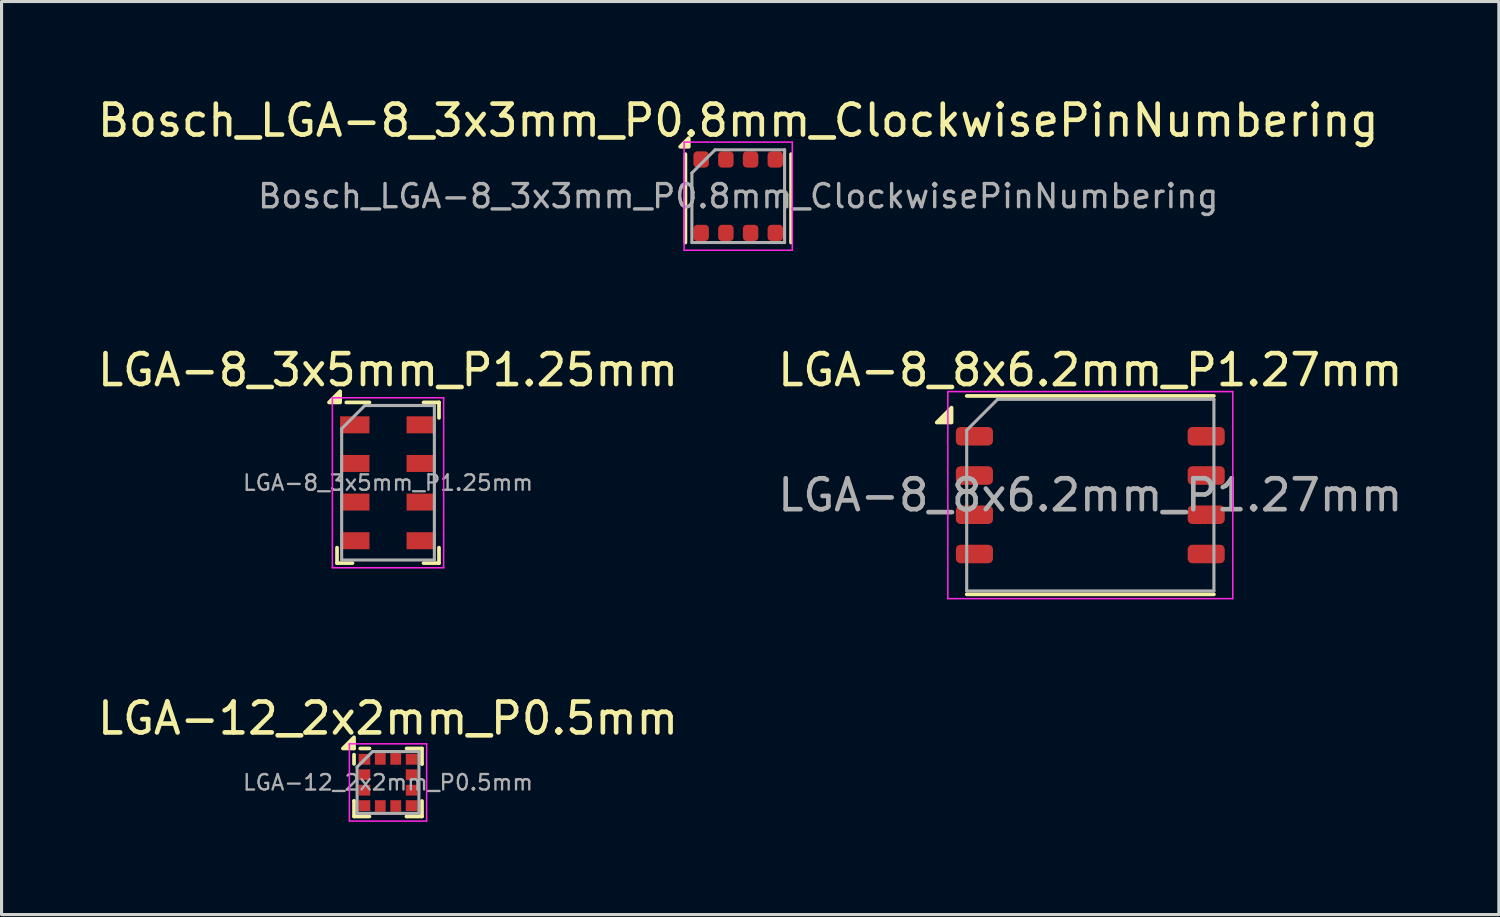
<source format=kicad_pcb>
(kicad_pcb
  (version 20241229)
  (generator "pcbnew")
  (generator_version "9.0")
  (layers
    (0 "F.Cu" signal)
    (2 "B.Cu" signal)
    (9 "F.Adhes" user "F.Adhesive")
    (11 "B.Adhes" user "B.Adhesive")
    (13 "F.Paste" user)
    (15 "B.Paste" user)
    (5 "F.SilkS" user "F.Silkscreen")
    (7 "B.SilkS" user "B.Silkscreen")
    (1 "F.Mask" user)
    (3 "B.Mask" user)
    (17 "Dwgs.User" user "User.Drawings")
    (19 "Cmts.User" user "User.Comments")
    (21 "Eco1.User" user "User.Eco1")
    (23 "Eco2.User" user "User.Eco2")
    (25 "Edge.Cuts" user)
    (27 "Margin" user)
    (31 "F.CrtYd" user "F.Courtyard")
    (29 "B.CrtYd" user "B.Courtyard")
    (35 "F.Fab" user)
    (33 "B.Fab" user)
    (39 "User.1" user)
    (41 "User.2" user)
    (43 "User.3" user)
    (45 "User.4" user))
  (footprint "LGA-8_8x6.2mm_P1.27mm"
    (layer "F.Cu")
    (at 32.232 12.972)
    (property "Reference" "LGA-8_8x6.2mm_P1.27mm" (at 0 -4.05 0) (layer "F.SilkS") (effects (font (size 1 1) (thickness 0.15))))
    (attr smd)
    (fp_line (start -4 -3.21) (end 4 -3.21) (stroke (width 0.12) (type solid)) (layer "F.SilkS"))
    (fp_line (start -4 3.21) (end 4 3.21) (stroke (width 0.12) (type solid)) (layer "F.SilkS"))
    (fp_poly (pts (xy -4.49 -2.35) (xy -4.97 -2.35) (xy -4.49 -2.83) (xy -4.49 -2.35)) (stroke (width 0.12) (type solid)) (fill yes) (layer "F.SilkS"))
    (fp_line (start -4.61 -3.35) (end -4.61 3.35) (stroke (width 0.05) (type solid)) (layer "F.CrtYd"))
    (fp_line (start -4.61 3.35) (end 4.61 3.35) (stroke (width 0.05) (type solid)) (layer "F.CrtYd"))
    (fp_line (start 4.61 -3.35) (end -4.61 -3.35) (stroke (width 0.05) (type solid)) (layer "F.CrtYd"))
    (fp_line (start 4.61 3.35) (end 4.61 -3.35) (stroke (width 0.05) (type solid)) (layer "F.CrtYd"))
    (fp_line (start -4 -2.1) (end -3 -3.1) (stroke (width 0.1) (type solid)) (layer "F.Fab"))
    (fp_line (start -4 3.1) (end -4 -2.1) (stroke (width 0.1) (type solid)) (layer "F.Fab"))
    (fp_line (start -3 -3.1) (end 4 -3.1) (stroke (width 0.1) (type solid)) (layer "F.Fab"))
    (fp_line (start 4 -3.1) (end 4 3.1) (stroke (width 0.1) (type solid)) (layer "F.Fab"))
    (fp_line (start 4 3.1) (end -4 3.1) (stroke (width 0.1) (type solid)) (layer "F.Fab"))
    (fp_text user "${REFERENCE}" (at 0 0 0) (layer "F.Fab") (effects (font (size 1 1) (thickness 0.15))))
    (pad "1" smd roundrect (at -3.75 -1.905) (size 1.2 0.6) (layers "F.Cu" "F.Mask" "F.Paste") (roundrect_rratio 0.25))
    (pad "2" smd roundrect (at -3.75 -0.635) (size 1.2 0.6) (layers "F.Cu" "F.Mask" "F.Paste") (roundrect_rratio 0.25))
    (pad "3" smd roundrect (at -3.75 0.635) (size 1.2 0.6) (layers "F.Cu" "F.Mask" "F.Paste") (roundrect_rratio 0.25))
    (pad "4" smd roundrect (at -3.75 1.905) (size 1.2 0.6) (layers "F.Cu" "F.Mask" "F.Paste") (roundrect_rratio 0.25))
    (pad "5" smd roundrect (at 3.75 1.905) (size 1.2 0.6) (layers "F.Cu" "F.Mask" "F.Paste") (roundrect_rratio 0.25))
    (pad "6" smd roundrect (at 3.75 0.635) (size 1.2 0.6) (layers "F.Cu" "F.Mask" "F.Paste") (roundrect_rratio 0.25))
    (pad "7" smd roundrect (at 3.75 -0.635) (size 1.2 0.6) (layers "F.Cu" "F.Mask" "F.Paste") (roundrect_rratio 0.25))
    (pad "8" smd roundrect (at 3.75 -1.905) (size 1.2 0.6) (layers "F.Cu" "F.Mask" "F.Paste") (roundrect_rratio 0.25)))
  (footprint "LGA-8_3x5mm_P1.25mm"
    (layer "F.Cu")
    (at 9.506 12.572)
    (property "Reference" "LGA-8_3x5mm_P1.25mm" (at 0 -3.65 0) (layer "F.SilkS") (effects (font (size 1 1) (thickness 0.15))))
    (attr smd)
    (fp_line (start -1.65 2.6) (end -1.65 2.1) (stroke (width 0.12) (type solid)) (layer "F.SilkS"))
    (fp_line (start -1.35 -2.6) (end -0.6 -2.6) (stroke (width 0.12) (type solid)) (layer "F.SilkS"))
    (fp_line (start -1.15 2.6) (end -1.65 2.6) (stroke (width 0.12) (type solid)) (layer "F.SilkS"))
    (fp_line (start 1.15 -2.6) (end 1.65 -2.6) (stroke (width 0.12) (type solid)) (layer "F.SilkS"))
    (fp_line (start 1.65 -2.6) (end 1.65 -2.1) (stroke (width 0.12) (type solid)) (layer "F.SilkS"))
    (fp_line (start 1.65 2.1) (end 1.65 2.6) (stroke (width 0.12) (type solid)) (layer "F.SilkS"))
    (fp_line (start 1.65 2.6) (end 1.15 2.6) (stroke (width 0.12) (type solid)) (layer "F.SilkS"))
    (fp_poly (pts (xy -1.55 -2.6) (xy -1.91 -2.6) (xy -1.55 -2.96) (xy -1.55 -2.6)) (stroke (width 0.12) (type solid)) (fill yes) (layer "F.SilkS"))
    (fp_line (start -1.8 -2.75) (end -1.8 2.75) (stroke (width 0.05) (type solid)) (layer "F.CrtYd"))
    (fp_line (start -1.8 -2.75) (end 1.8 -2.75) (stroke (width 0.05) (type solid)) (layer "F.CrtYd"))
    (fp_line (start 1.8 2.75) (end -1.8 2.75) (stroke (width 0.05) (type solid)) (layer "F.CrtYd"))
    (fp_line (start 1.8 2.75) (end 1.8 -2.75) (stroke (width 0.05) (type solid)) (layer "F.CrtYd"))
    (fp_line (start -1.5 -1.75) (end -0.75 -2.5) (stroke (width 0.1) (type solid)) (layer "F.Fab"))
    (fp_line (start -1.5 2.5) (end -1.5 -1.75) (stroke (width 0.1) (type solid)) (layer "F.Fab"))
    (fp_line (start -0.75 -2.5) (end 1.5 -2.5) (stroke (width 0.1) (type solid)) (layer "F.Fab"))
    (fp_line (start 1.5 -2.5) (end 1.5 2.5) (stroke (width 0.1) (type solid)) (layer "F.Fab"))
    (fp_line (start 1.5 2.5) (end -1.5 2.5) (stroke (width 0.1) (type solid)) (layer "F.Fab"))
    (fp_text user "${REFERENCE}" (at 0 0 0) (layer "F.Fab") (effects (font (size 0.5 0.5) (thickness 0.075))))
    (pad "1" smd rect (at -1.075 -1.875) (size 0.95 0.55) (layers "F.Cu" "F.Mask" "F.Paste"))
    (pad "2" smd rect (at -1.075 -0.625) (size 0.95 0.55) (layers "F.Cu" "F.Mask" "F.Paste"))
    (pad "3" smd rect (at -1.075 0.625) (size 0.95 0.55) (layers "F.Cu" "F.Mask" "F.Paste"))
    (pad "4" smd rect (at -1.075 1.875) (size 0.95 0.55) (layers "F.Cu" "F.Mask" "F.Paste"))
    (pad "5" smd rect (at 1.075 1.875) (size 0.95 0.55) (layers "F.Cu" "F.Mask" "F.Paste"))
    (pad "6" smd rect (at 1.075 0.625) (size 0.95 0.55) (layers "F.Cu" "F.Mask" "F.Paste"))
    (pad "7" smd rect (at 1.075 -0.625) (size 0.95 0.55) (layers "F.Cu" "F.Mask" "F.Paste"))
    (pad "8" smd rect (at 1.075 -1.875) (size 0.95 0.55) (layers "F.Cu" "F.Mask" "F.Paste")))
  (footprint "LGA-12_2x2mm_P0.5mm"
    (layer "F.Cu")
    (at 9.506 22.27)
    (property "Reference" "LGA-12_2x2mm_P0.5mm" (at 0 -2.075 0) (layer "F.SilkS") (effects (font (size 1 1) (thickness 0.15))))
    (attr smd)
    (fp_line (start -1.1 -1.1) (end -1.1 -1.1) (stroke (width 0.12) (type solid)) (layer "F.SilkS"))
    (fp_line (start -1.1 -0.6) (end -1.1 -0.9) (stroke (width 0.12) (type solid)) (layer "F.SilkS"))
    (fp_line (start -1.1 0.6) (end -1.1 0.6) (stroke (width 0.12) (type solid)) (layer "F.SilkS"))
    (fp_line (start -1.1 1.1) (end -1.1 0.6) (stroke (width 0.12) (type solid)) (layer "F.SilkS"))
    (fp_line (start -0.6 -1.1) (end -0.9 -1.1) (stroke (width 0.12) (type solid)) (layer "F.SilkS"))
    (fp_line (start -0.6 1.1) (end -1.1 1.1) (stroke (width 0.12) (type solid)) (layer "F.SilkS"))
    (fp_line (start 0.6 -1.1) (end 1.1 -1.1) (stroke (width 0.12) (type solid)) (layer "F.SilkS"))
    (fp_line (start 0.6 1.1) (end 0.6 1.1) (stroke (width 0.12) (type solid)) (layer "F.SilkS"))
    (fp_line (start 1.1 -1.1) (end 1.1 -0.6) (stroke (width 0.12) (type solid)) (layer "F.SilkS"))
    (fp_line (start 1.1 -0.6) (end 1.1 -0.6) (stroke (width 0.12) (type solid)) (layer "F.SilkS"))
    (fp_line (start 1.1 0.6) (end 1.1 1.1) (stroke (width 0.12) (type solid)) (layer "F.SilkS"))
    (fp_line (start 1.1 1.1) (end 0.6 1.1) (stroke (width 0.12) (type solid)) (layer "F.SilkS"))
    (fp_poly (pts (xy -1.1 -1.1) (xy -1.46 -1.1) (xy -1.1 -1.46) (xy -1.1 -1.1)) (stroke (width 0.12) (type solid)) (fill yes) (layer "F.SilkS"))
    (fp_line (start -1.25 -1.25) (end 1.25 -1.25) (stroke (width 0.05) (type solid)) (layer "F.CrtYd"))
    (fp_line (start -1.25 1.25) (end -1.25 -1.25) (stroke (width 0.05) (type solid)) (layer "F.CrtYd"))
    (fp_line (start 1.25 -1.25) (end 1.25 1.25) (stroke (width 0.05) (type solid)) (layer "F.CrtYd"))
    (fp_line (start 1.25 1.25) (end -1.25 1.25) (stroke (width 0.05) (type solid)) (layer "F.CrtYd"))
    (fp_line (start -1 -0.5) (end -0.5 -1) (stroke (width 0.1) (type solid)) (layer "F.Fab"))
    (fp_line (start -1 1) (end -1 -0.5) (stroke (width 0.1) (type solid)) (layer "F.Fab"))
    (fp_line (start -0.5 -1) (end 1 -1) (stroke (width 0.1) (type solid)) (layer "F.Fab"))
    (fp_line (start 1 -1) (end 1 1) (stroke (width 0.1) (type solid)) (layer "F.Fab"))
    (fp_line (start 1 1) (end -1 1) (stroke (width 0.1) (type solid)) (layer "F.Fab"))
    (fp_text user "${REFERENCE}" (at 0 0 0) (layer "F.Fab") (effects (font (size 0.5 0.5) (thickness 0.075))))
    (pad "1" smd rect (at -0.762 -0.75) (size 0.375 0.35) (layers "F.Cu" "F.Mask" "F.Paste"))
    (pad "2" smd rect (at -0.762 -0.25) (size 0.375 0.35) (layers "F.Cu" "F.Mask" "F.Paste"))
    (pad "3" smd rect (at -0.762 0.25) (size 0.375 0.35) (layers "F.Cu" "F.Mask" "F.Paste"))
    (pad "4" smd rect (at -0.762 0.75) (size 0.375 0.35) (layers "F.Cu" "F.Mask" "F.Paste"))
    (pad "5" smd rect (at -0.25 0.762 90) (size 0.375 0.35) (layers "F.Cu" "F.Mask" "F.Paste"))
    (pad "6" smd rect (at 0.25 0.762 90) (size 0.375 0.35) (layers "F.Cu" "F.Mask" "F.Paste"))
    (pad "7" smd rect (at 0.762 0.75) (size 0.375 0.35) (layers "F.Cu" "F.Mask" "F.Paste"))
    (pad "8" smd rect (at 0.762 0.25) (size 0.375 0.35) (layers "F.Cu" "F.Mask" "F.Paste"))
    (pad "9" smd rect (at 0.762 -0.25) (size 0.375 0.35) (layers "F.Cu" "F.Mask" "F.Paste"))
    (pad "10" smd rect (at 0.762 -0.75) (size 0.375 0.35) (layers "F.Cu" "F.Mask" "F.Paste"))
    (pad "11" smd rect (at 0.25 -0.762 90) (size 0.375 0.35) (layers "F.Cu" "F.Mask" "F.Paste"))
    (pad "12" smd rect (at -0.25 -0.762 90) (size 0.375 0.35) (layers "F.Cu" "F.Mask" "F.Paste")))
  (footprint "Bosch_LGA-8_3x3mm_P0.8mm_ClockwisePinNumbering"
    (layer "F.Cu")
    (at 20.839 3.298)
    (property "Reference" "Bosch_LGA-8_3x3mm_P0.8mm_ClockwisePinNumbering" (at 0 -2.45 0) (layer "F.SilkS") (effects (font (size 1 1) (thickness 0.15))))
    (attr smd)
    (fp_line (start -1.71 -1.36) (end -1.71 1.5) (stroke (width 0.12) (type solid)) (layer "F.SilkS"))
    (fp_line (start 1.71 -1.36) (end 1.71 1.5) (stroke (width 0.12) (type solid)) (layer "F.SilkS"))
    (fp_poly (pts (xy -1.6 -1.6) (xy -1.88 -1.6) (xy -1.6 -1.88) (xy -1.6 -1.6)) (stroke (width 0.12) (type solid)) (fill yes) (layer "F.SilkS"))
    (fp_line (start -1.75 -1.75) (end -1.75 1.75) (stroke (width 0.05) (type solid)) (layer "F.CrtYd"))
    (fp_line (start -1.75 1.75) (end 1.75 1.75) (stroke (width 0.05) (type solid)) (layer "F.CrtYd"))
    (fp_line (start 1.75 -1.75) (end -1.75 -1.75) (stroke (width 0.05) (type solid)) (layer "F.CrtYd"))
    (fp_line (start 1.75 1.75) (end 1.75 -1.75) (stroke (width 0.05) (type solid)) (layer "F.CrtYd"))
    (fp_line (start -1.5 -0.75) (end -0.75 -1.5) (stroke (width 0.1) (type solid)) (layer "F.Fab"))
    (fp_line (start -1.5 1.5) (end -1.5 -0.75) (stroke (width 0.1) (type solid)) (layer "F.Fab"))
    (fp_line (start -0.75 -1.5) (end 1.5 -1.5) (stroke (width 0.1) (type solid)) (layer "F.Fab"))
    (fp_line (start 1.5 -1.5) (end 1.5 1.5) (stroke (width 0.1) (type solid)) (layer "F.Fab"))
    (fp_line (start 1.5 1.5) (end -1.5 1.5) (stroke (width 0.1) (type solid)) (layer "F.Fab"))
    (fp_text user "${REFERENCE}" (at 0 0 0) (layer "F.Fab") (effects (font (size 0.75 0.75) (thickness 0.11))))
    (pad "1" smd roundrect (at -1.2 -1.188) (size 0.5 0.525) (layers "F.Cu" "F.Mask" "F.Paste") (roundrect_rratio 0.25))
    (pad "2" smd roundrect (at -0.4 -1.188) (size 0.5 0.525) (layers "F.Cu" "F.Mask" "F.Paste") (roundrect_rratio 0.25))
    (pad "3" smd roundrect (at 0.4 -1.188) (size 0.5 0.525) (layers "F.Cu" "F.Mask" "F.Paste") (roundrect_rratio 0.25))
    (pad "4" smd roundrect (at 1.2 -1.188) (size 0.5 0.525) (layers "F.Cu" "F.Mask" "F.Paste") (roundrect_rratio 0.25))
    (pad "5" smd roundrect (at 1.2 1.188) (size 0.5 0.525) (layers "F.Cu" "F.Mask" "F.Paste") (roundrect_rratio 0.25))
    (pad "6" smd roundrect (at 0.4 1.188) (size 0.5 0.525) (layers "F.Cu" "F.Mask" "F.Paste") (roundrect_rratio 0.25))
    (pad "7" smd roundrect (at -0.4 1.188) (size 0.5 0.525) (layers "F.Cu" "F.Mask" "F.Paste") (roundrect_rratio 0.25))
    (pad "8" smd roundrect (at -1.2 1.188) (size 0.5 0.525) (layers "F.Cu" "F.Mask" "F.Paste") (roundrect_rratio 0.25)))
  (gr_rect
    (start -3 -3)
    (end 45.452 26.545)
    (stroke (width 0.1) (type default))
    (fill no)
    (layer "Edge.Cuts")))
</source>
